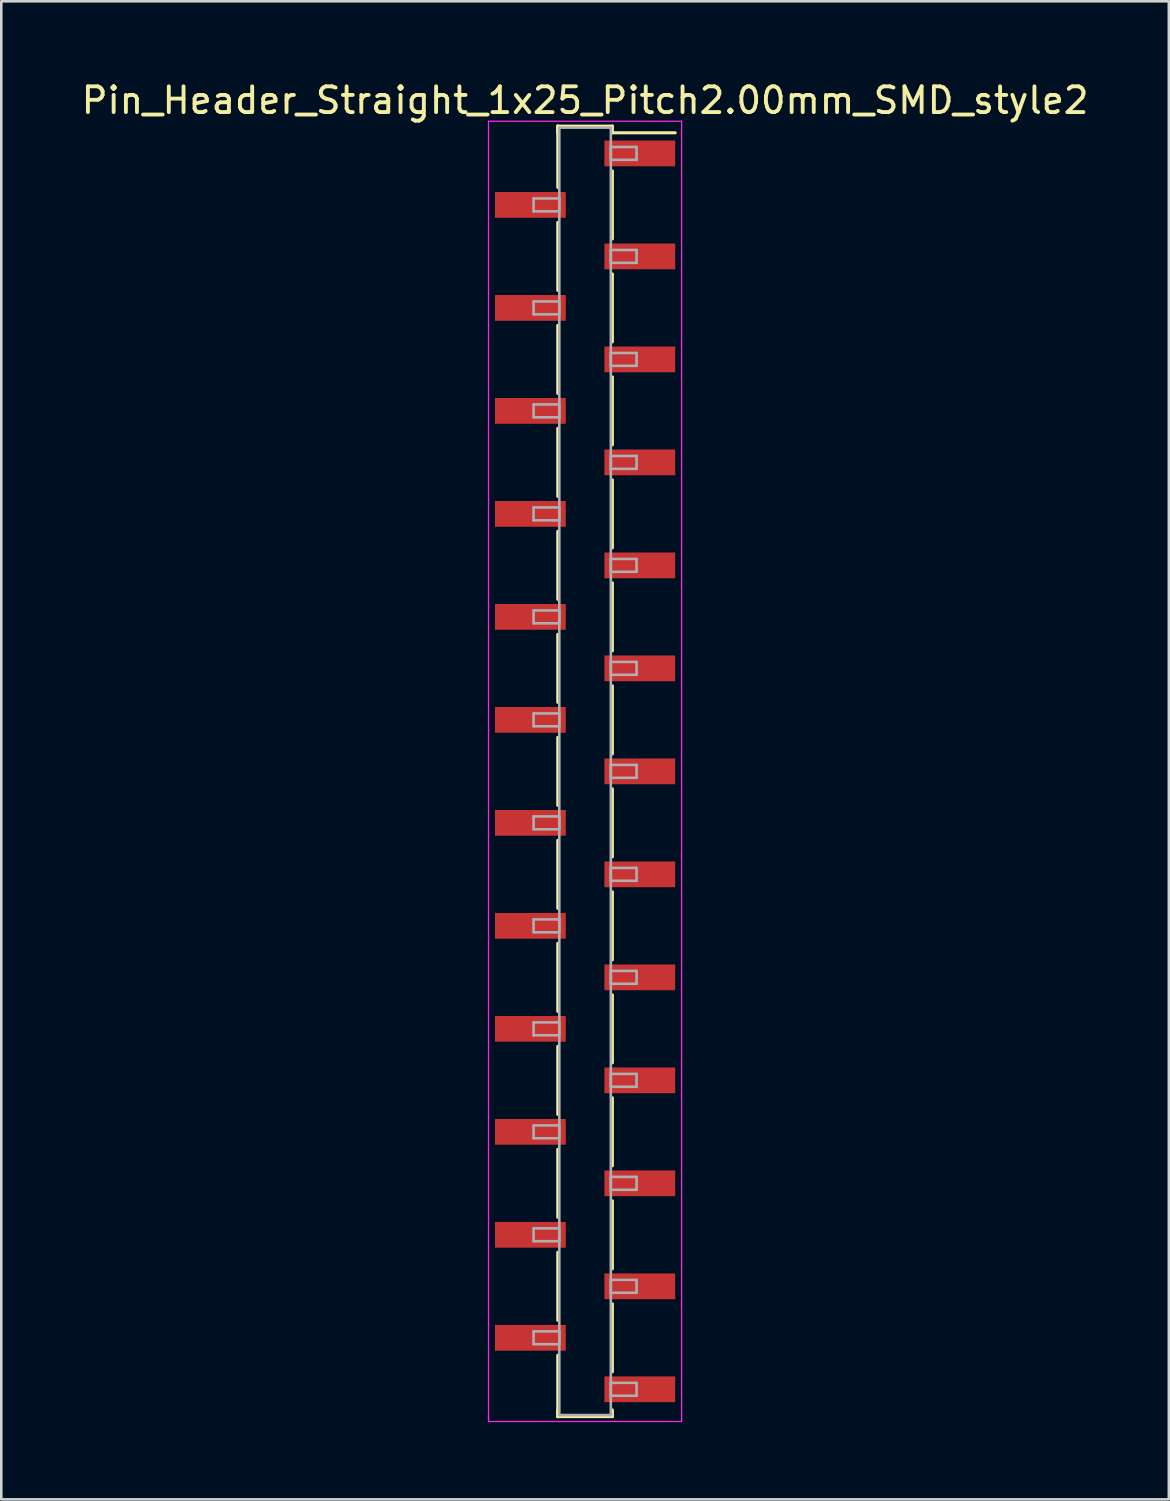
<source format=kicad_pcb>
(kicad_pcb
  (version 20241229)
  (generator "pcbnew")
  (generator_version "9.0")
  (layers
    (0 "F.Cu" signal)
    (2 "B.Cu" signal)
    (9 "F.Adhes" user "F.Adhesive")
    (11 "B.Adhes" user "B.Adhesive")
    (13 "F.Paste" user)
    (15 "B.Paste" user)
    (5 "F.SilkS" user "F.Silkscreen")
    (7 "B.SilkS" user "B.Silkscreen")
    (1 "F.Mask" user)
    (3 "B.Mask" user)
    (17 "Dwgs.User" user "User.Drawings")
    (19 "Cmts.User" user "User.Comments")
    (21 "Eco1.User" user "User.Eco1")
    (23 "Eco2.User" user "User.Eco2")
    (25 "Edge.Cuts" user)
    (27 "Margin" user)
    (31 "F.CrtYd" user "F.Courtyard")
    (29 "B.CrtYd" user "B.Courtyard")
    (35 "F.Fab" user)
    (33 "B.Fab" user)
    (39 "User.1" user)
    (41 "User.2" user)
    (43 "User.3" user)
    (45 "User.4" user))
  (footprint "Pin_Header_Straight_1x25_Pitch2.00mm_SMD_style2"
    (layer "F.Cu")
    (at 19.673 26.908)
    (property "Reference" "Pin_Header_Straight_1x25_Pitch2.00mm_SMD_style2" (at 0 -26.06 0) (layer "F.SilkS") (effects (font (size 1 1) (thickness 0.15))))
    (attr smd)
    (fp_line (start -1.06 -25.06) (end -1.06 -22.68) (stroke (width 0.12) (type solid)) (layer "F.SilkS"))
    (fp_line (start -1.06 -25.06) (end 1.06 -25.06) (stroke (width 0.12) (type solid)) (layer "F.SilkS"))
    (fp_line (start -1.06 -24.8) (end -1.06 -25.06) (stroke (width 0.12) (type solid)) (layer "F.SilkS"))
    (fp_line (start -1.06 -21.32) (end -1.06 -18.68) (stroke (width 0.12) (type solid)) (layer "F.SilkS"))
    (fp_line (start -1.06 -17.32) (end -1.06 -14.68) (stroke (width 0.12) (type solid)) (layer "F.SilkS"))
    (fp_line (start -1.06 -13.32) (end -1.06 -10.68) (stroke (width 0.12) (type solid)) (layer "F.SilkS"))
    (fp_line (start -1.06 -9.32) (end -1.06 -6.68) (stroke (width 0.12) (type solid)) (layer "F.SilkS"))
    (fp_line (start -1.06 -5.32) (end -1.06 -2.68) (stroke (width 0.12) (type solid)) (layer "F.SilkS"))
    (fp_line (start -1.06 -1.32) (end -1.06 1.32) (stroke (width 0.12) (type solid)) (layer "F.SilkS"))
    (fp_line (start -1.06 2.68) (end -1.06 5.32) (stroke (width 0.12) (type solid)) (layer "F.SilkS"))
    (fp_line (start -1.06 6.68) (end -1.06 9.32) (stroke (width 0.12) (type solid)) (layer "F.SilkS"))
    (fp_line (start -1.06 10.68) (end -1.06 13.32) (stroke (width 0.12) (type solid)) (layer "F.SilkS"))
    (fp_line (start -1.06 14.68) (end -1.06 17.32) (stroke (width 0.12) (type solid)) (layer "F.SilkS"))
    (fp_line (start -1.06 18.68) (end -1.06 21.32) (stroke (width 0.12) (type solid)) (layer "F.SilkS"))
    (fp_line (start -1.06 22.68) (end -1.06 25.06) (stroke (width 0.12) (type solid)) (layer "F.SilkS"))
    (fp_line (start -1.06 24.8) (end -1.06 25.06) (stroke (width 0.12) (type solid)) (layer "F.SilkS"))
    (fp_line (start -1.06 25.06) (end 1.06 25.06) (stroke (width 0.12) (type solid)) (layer "F.SilkS"))
    (fp_line (start 1.06 -25.06) (end 1.06 -24.8) (stroke (width 0.12) (type solid)) (layer "F.SilkS"))
    (fp_line (start 1.06 -24.8) (end 3.5 -24.8) (stroke (width 0.12) (type solid)) (layer "F.SilkS"))
    (fp_line (start 1.06 -23.32) (end 1.06 -20.68) (stroke (width 0.12) (type solid)) (layer "F.SilkS"))
    (fp_line (start 1.06 -19.32) (end 1.06 -16.68) (stroke (width 0.12) (type solid)) (layer "F.SilkS"))
    (fp_line (start 1.06 -15.32) (end 1.06 -12.68) (stroke (width 0.12) (type solid)) (layer "F.SilkS"))
    (fp_line (start 1.06 -11.32) (end 1.06 -8.68) (stroke (width 0.12) (type solid)) (layer "F.SilkS"))
    (fp_line (start 1.06 -7.32) (end 1.06 -4.68) (stroke (width 0.12) (type solid)) (layer "F.SilkS"))
    (fp_line (start 1.06 -3.32) (end 1.06 -0.68) (stroke (width 0.12) (type solid)) (layer "F.SilkS"))
    (fp_line (start 1.06 0.68) (end 1.06 3.32) (stroke (width 0.12) (type solid)) (layer "F.SilkS"))
    (fp_line (start 1.06 4.68) (end 1.06 7.32) (stroke (width 0.12) (type solid)) (layer "F.SilkS"))
    (fp_line (start 1.06 8.68) (end 1.06 11.32) (stroke (width 0.12) (type solid)) (layer "F.SilkS"))
    (fp_line (start 1.06 12.68) (end 1.06 15.32) (stroke (width 0.12) (type solid)) (layer "F.SilkS"))
    (fp_line (start 1.06 16.68) (end 1.06 19.32) (stroke (width 0.12) (type solid)) (layer "F.SilkS"))
    (fp_line (start 1.06 20.68) (end 1.06 23.32) (stroke (width 0.12) (type solid)) (layer "F.SilkS"))
    (fp_line (start 1.06 25.06) (end 1.06 24.8) (stroke (width 0.12) (type solid)) (layer "F.SilkS"))
    (fp_line (start -3.75 -25.25) (end -3.75 25.25) (stroke (width 0.05) (type solid)) (layer "F.CrtYd"))
    (fp_line (start -3.75 25.25) (end 3.75 25.25) (stroke (width 0.05) (type solid)) (layer "F.CrtYd"))
    (fp_line (start 3.75 -25.25) (end -3.75 -25.25) (stroke (width 0.05) (type solid)) (layer "F.CrtYd"))
    (fp_line (start 3.75 25.25) (end 3.75 -25.25) (stroke (width 0.05) (type solid)) (layer "F.CrtYd"))
    (fp_line (start -2 -22.25) (end -1 -22.25) (stroke (width 0.1) (type solid)) (layer "F.Fab"))
    (fp_line (start -2 -21.75) (end -2 -22.25) (stroke (width 0.1) (type solid)) (layer "F.Fab"))
    (fp_line (start -2 -18.25) (end -1 -18.25) (stroke (width 0.1) (type solid)) (layer "F.Fab"))
    (fp_line (start -2 -17.75) (end -2 -18.25) (stroke (width 0.1) (type solid)) (layer "F.Fab"))
    (fp_line (start -2 -14.25) (end -1 -14.25) (stroke (width 0.1) (type solid)) (layer "F.Fab"))
    (fp_line (start -2 -13.75) (end -2 -14.25) (stroke (width 0.1) (type solid)) (layer "F.Fab"))
    (fp_line (start -2 -10.25) (end -1 -10.25) (stroke (width 0.1) (type solid)) (layer "F.Fab"))
    (fp_line (start -2 -9.75) (end -2 -10.25) (stroke (width 0.1) (type solid)) (layer "F.Fab"))
    (fp_line (start -2 -6.25) (end -1 -6.25) (stroke (width 0.1) (type solid)) (layer "F.Fab"))
    (fp_line (start -2 -5.75) (end -2 -6.25) (stroke (width 0.1) (type solid)) (layer "F.Fab"))
    (fp_line (start -2 -2.25) (end -1 -2.25) (stroke (width 0.1) (type solid)) (layer "F.Fab"))
    (fp_line (start -2 -1.75) (end -2 -2.25) (stroke (width 0.1) (type solid)) (layer "F.Fab"))
    (fp_line (start -2 1.75) (end -1 1.75) (stroke (width 0.1) (type solid)) (layer "F.Fab"))
    (fp_line (start -2 2.25) (end -2 1.75) (stroke (width 0.1) (type solid)) (layer "F.Fab"))
    (fp_line (start -2 5.75) (end -1 5.75) (stroke (width 0.1) (type solid)) (layer "F.Fab"))
    (fp_line (start -2 6.25) (end -2 5.75) (stroke (width 0.1) (type solid)) (layer "F.Fab"))
    (fp_line (start -2 9.75) (end -1 9.75) (stroke (width 0.1) (type solid)) (layer "F.Fab"))
    (fp_line (start -2 10.25) (end -2 9.75) (stroke (width 0.1) (type solid)) (layer "F.Fab"))
    (fp_line (start -2 13.75) (end -1 13.75) (stroke (width 0.1) (type solid)) (layer "F.Fab"))
    (fp_line (start -2 14.25) (end -2 13.75) (stroke (width 0.1) (type solid)) (layer "F.Fab"))
    (fp_line (start -2 17.75) (end -1 17.75) (stroke (width 0.1) (type solid)) (layer "F.Fab"))
    (fp_line (start -2 18.25) (end -2 17.75) (stroke (width 0.1) (type solid)) (layer "F.Fab"))
    (fp_line (start -2 21.75) (end -1 21.75) (stroke (width 0.1) (type solid)) (layer "F.Fab"))
    (fp_line (start -2 22.25) (end -2 21.75) (stroke (width 0.1) (type solid)) (layer "F.Fab"))
    (fp_line (start -1 -25) (end -1 25) (stroke (width 0.1) (type solid)) (layer "F.Fab"))
    (fp_line (start -1 -22.25) (end -1 -21.75) (stroke (width 0.1) (type solid)) (layer "F.Fab"))
    (fp_line (start -1 -21.75) (end -2 -21.75) (stroke (width 0.1) (type solid)) (layer "F.Fab"))
    (fp_line (start -1 -18.25) (end -1 -17.75) (stroke (width 0.1) (type solid)) (layer "F.Fab"))
    (fp_line (start -1 -17.75) (end -2 -17.75) (stroke (width 0.1) (type solid)) (layer "F.Fab"))
    (fp_line (start -1 -14.25) (end -1 -13.75) (stroke (width 0.1) (type solid)) (layer "F.Fab"))
    (fp_line (start -1 -13.75) (end -2 -13.75) (stroke (width 0.1) (type solid)) (layer "F.Fab"))
    (fp_line (start -1 -10.25) (end -1 -9.75) (stroke (width 0.1) (type solid)) (layer "F.Fab"))
    (fp_line (start -1 -9.75) (end -2 -9.75) (stroke (width 0.1) (type solid)) (layer "F.Fab"))
    (fp_line (start -1 -6.25) (end -1 -5.75) (stroke (width 0.1) (type solid)) (layer "F.Fab"))
    (fp_line (start -1 -5.75) (end -2 -5.75) (stroke (width 0.1) (type solid)) (layer "F.Fab"))
    (fp_line (start -1 -2.25) (end -1 -1.75) (stroke (width 0.1) (type solid)) (layer "F.Fab"))
    (fp_line (start -1 -1.75) (end -2 -1.75) (stroke (width 0.1) (type solid)) (layer "F.Fab"))
    (fp_line (start -1 1.75) (end -1 2.25) (stroke (width 0.1) (type solid)) (layer "F.Fab"))
    (fp_line (start -1 2.25) (end -2 2.25) (stroke (width 0.1) (type solid)) (layer "F.Fab"))
    (fp_line (start -1 5.75) (end -1 6.25) (stroke (width 0.1) (type solid)) (layer "F.Fab"))
    (fp_line (start -1 6.25) (end -2 6.25) (stroke (width 0.1) (type solid)) (layer "F.Fab"))
    (fp_line (start -1 9.75) (end -1 10.25) (stroke (width 0.1) (type solid)) (layer "F.Fab"))
    (fp_line (start -1 10.25) (end -2 10.25) (stroke (width 0.1) (type solid)) (layer "F.Fab"))
    (fp_line (start -1 13.75) (end -1 14.25) (stroke (width 0.1) (type solid)) (layer "F.Fab"))
    (fp_line (start -1 14.25) (end -2 14.25) (stroke (width 0.1) (type solid)) (layer "F.Fab"))
    (fp_line (start -1 17.75) (end -1 18.25) (stroke (width 0.1) (type solid)) (layer "F.Fab"))
    (fp_line (start -1 18.25) (end -2 18.25) (stroke (width 0.1) (type solid)) (layer "F.Fab"))
    (fp_line (start -1 21.75) (end -1 22.25) (stroke (width 0.1) (type solid)) (layer "F.Fab"))
    (fp_line (start -1 22.25) (end -2 22.25) (stroke (width 0.1) (type solid)) (layer "F.Fab"))
    (fp_line (start -1 25) (end 1 25) (stroke (width 0.1) (type solid)) (layer "F.Fab"))
    (fp_line (start 1 -25) (end -1 -25) (stroke (width 0.1) (type solid)) (layer "F.Fab"))
    (fp_line (start 1 -24.25) (end 1 -23.75) (stroke (width 0.1) (type solid)) (layer "F.Fab"))
    (fp_line (start 1 -23.75) (end 2 -23.75) (stroke (width 0.1) (type solid)) (layer "F.Fab"))
    (fp_line (start 1 -20.25) (end 1 -19.75) (stroke (width 0.1) (type solid)) (layer "F.Fab"))
    (fp_line (start 1 -19.75) (end 2 -19.75) (stroke (width 0.1) (type solid)) (layer "F.Fab"))
    (fp_line (start 1 -16.25) (end 1 -15.75) (stroke (width 0.1) (type solid)) (layer "F.Fab"))
    (fp_line (start 1 -15.75) (end 2 -15.75) (stroke (width 0.1) (type solid)) (layer "F.Fab"))
    (fp_line (start 1 -12.25) (end 1 -11.75) (stroke (width 0.1) (type solid)) (layer "F.Fab"))
    (fp_line (start 1 -11.75) (end 2 -11.75) (stroke (width 0.1) (type solid)) (layer "F.Fab"))
    (fp_line (start 1 -8.25) (end 1 -7.75) (stroke (width 0.1) (type solid)) (layer "F.Fab"))
    (fp_line (start 1 -7.75) (end 2 -7.75) (stroke (width 0.1) (type solid)) (layer "F.Fab"))
    (fp_line (start 1 -4.25) (end 1 -3.75) (stroke (width 0.1) (type solid)) (layer "F.Fab"))
    (fp_line (start 1 -3.75) (end 2 -3.75) (stroke (width 0.1) (type solid)) (layer "F.Fab"))
    (fp_line (start 1 -0.25) (end 1 0.25) (stroke (width 0.1) (type solid)) (layer "F.Fab"))
    (fp_line (start 1 0.25) (end 2 0.25) (stroke (width 0.1) (type solid)) (layer "F.Fab"))
    (fp_line (start 1 3.75) (end 1 4.25) (stroke (width 0.1) (type solid)) (layer "F.Fab"))
    (fp_line (start 1 4.25) (end 2 4.25) (stroke (width 0.1) (type solid)) (layer "F.Fab"))
    (fp_line (start 1 7.75) (end 1 8.25) (stroke (width 0.1) (type solid)) (layer "F.Fab"))
    (fp_line (start 1 8.25) (end 2 8.25) (stroke (width 0.1) (type solid)) (layer "F.Fab"))
    (fp_line (start 1 11.75) (end 1 12.25) (stroke (width 0.1) (type solid)) (layer "F.Fab"))
    (fp_line (start 1 12.25) (end 2 12.25) (stroke (width 0.1) (type solid)) (layer "F.Fab"))
    (fp_line (start 1 15.75) (end 1 16.25) (stroke (width 0.1) (type solid)) (layer "F.Fab"))
    (fp_line (start 1 16.25) (end 2 16.25) (stroke (width 0.1) (type solid)) (layer "F.Fab"))
    (fp_line (start 1 19.75) (end 1 20.25) (stroke (width 0.1) (type solid)) (layer "F.Fab"))
    (fp_line (start 1 20.25) (end 2 20.25) (stroke (width 0.1) (type solid)) (layer "F.Fab"))
    (fp_line (start 1 23.75) (end 1 24.25) (stroke (width 0.1) (type solid)) (layer "F.Fab"))
    (fp_line (start 1 24.25) (end 2 24.25) (stroke (width 0.1) (type solid)) (layer "F.Fab"))
    (fp_line (start 1 25) (end 1 -25) (stroke (width 0.1) (type solid)) (layer "F.Fab"))
    (fp_line (start 2 -24.25) (end 1 -24.25) (stroke (width 0.1) (type solid)) (layer "F.Fab"))
    (fp_line (start 2 -23.75) (end 2 -24.25) (stroke (width 0.1) (type solid)) (layer "F.Fab"))
    (fp_line (start 2 -20.25) (end 1 -20.25) (stroke (width 0.1) (type solid)) (layer "F.Fab"))
    (fp_line (start 2 -19.75) (end 2 -20.25) (stroke (width 0.1) (type solid)) (layer "F.Fab"))
    (fp_line (start 2 -16.25) (end 1 -16.25) (stroke (width 0.1) (type solid)) (layer "F.Fab"))
    (fp_line (start 2 -15.75) (end 2 -16.25) (stroke (width 0.1) (type solid)) (layer "F.Fab"))
    (fp_line (start 2 -12.25) (end 1 -12.25) (stroke (width 0.1) (type solid)) (layer "F.Fab"))
    (fp_line (start 2 -11.75) (end 2 -12.25) (stroke (width 0.1) (type solid)) (layer "F.Fab"))
    (fp_line (start 2 -8.25) (end 1 -8.25) (stroke (width 0.1) (type solid)) (layer "F.Fab"))
    (fp_line (start 2 -7.75) (end 2 -8.25) (stroke (width 0.1) (type solid)) (layer "F.Fab"))
    (fp_line (start 2 -4.25) (end 1 -4.25) (stroke (width 0.1) (type solid)) (layer "F.Fab"))
    (fp_line (start 2 -3.75) (end 2 -4.25) (stroke (width 0.1) (type solid)) (layer "F.Fab"))
    (fp_line (start 2 -0.25) (end 1 -0.25) (stroke (width 0.1) (type solid)) (layer "F.Fab"))
    (fp_line (start 2 0.25) (end 2 -0.25) (stroke (width 0.1) (type solid)) (layer "F.Fab"))
    (fp_line (start 2 3.75) (end 1 3.75) (stroke (width 0.1) (type solid)) (layer "F.Fab"))
    (fp_line (start 2 4.25) (end 2 3.75) (stroke (width 0.1) (type solid)) (layer "F.Fab"))
    (fp_line (start 2 7.75) (end 1 7.75) (stroke (width 0.1) (type solid)) (layer "F.Fab"))
    (fp_line (start 2 8.25) (end 2 7.75) (stroke (width 0.1) (type solid)) (layer "F.Fab"))
    (fp_line (start 2 11.75) (end 1 11.75) (stroke (width 0.1) (type solid)) (layer "F.Fab"))
    (fp_line (start 2 12.25) (end 2 11.75) (stroke (width 0.1) (type solid)) (layer "F.Fab"))
    (fp_line (start 2 15.75) (end 1 15.75) (stroke (width 0.1) (type solid)) (layer "F.Fab"))
    (fp_line (start 2 16.25) (end 2 15.75) (stroke (width 0.1) (type solid)) (layer "F.Fab"))
    (fp_line (start 2 19.75) (end 1 19.75) (stroke (width 0.1) (type solid)) (layer "F.Fab"))
    (fp_line (start 2 20.25) (end 2 19.75) (stroke (width 0.1) (type solid)) (layer "F.Fab"))
    (fp_line (start 2 23.75) (end 1 23.75) (stroke (width 0.1) (type solid)) (layer "F.Fab"))
    (fp_line (start 2 24.25) (end 2 23.75) (stroke (width 0.1) (type solid)) (layer "F.Fab"))
    (pad "1" smd rect (at 2.125 -24) (size 2.75 1) (layers "F.Cu" "F.Mask"))
    (pad "2" smd rect (at -2.125 -22) (size 2.75 1) (layers "F.Cu" "F.Mask"))
    (pad "3" smd rect (at 2.125 -20) (size 2.75 1) (layers "F.Cu" "F.Mask"))
    (pad "4" smd rect (at -2.125 -18) (size 2.75 1) (layers "F.Cu" "F.Mask"))
    (pad "5" smd rect (at 2.125 -16) (size 2.75 1) (layers "F.Cu" "F.Mask"))
    (pad "6" smd rect (at -2.125 -14) (size 2.75 1) (layers "F.Cu" "F.Mask"))
    (pad "7" smd rect (at 2.125 -12) (size 2.75 1) (layers "F.Cu" "F.Mask"))
    (pad "8" smd rect (at -2.125 -10) (size 2.75 1) (layers "F.Cu" "F.Mask"))
    (pad "9" smd rect (at 2.125 -8) (size 2.75 1) (layers "F.Cu" "F.Mask"))
    (pad "10" smd rect (at -2.125 -6) (size 2.75 1) (layers "F.Cu" "F.Mask"))
    (pad "11" smd rect (at 2.125 -4) (size 2.75 1) (layers "F.Cu" "F.Mask"))
    (pad "12" smd rect (at -2.125 -2) (size 2.75 1) (layers "F.Cu" "F.Mask"))
    (pad "13" smd rect (at 2.125 0) (size 2.75 1) (layers "F.Cu" "F.Mask"))
    (pad "14" smd rect (at -2.125 2) (size 2.75 1) (layers "F.Cu" "F.Mask"))
    (pad "15" smd rect (at 2.125 4) (size 2.75 1) (layers "F.Cu" "F.Mask"))
    (pad "16" smd rect (at -2.125 6) (size 2.75 1) (layers "F.Cu" "F.Mask"))
    (pad "17" smd rect (at 2.125 8) (size 2.75 1) (layers "F.Cu" "F.Mask"))
    (pad "18" smd rect (at -2.125 10) (size 2.75 1) (layers "F.Cu" "F.Mask"))
    (pad "19" smd rect (at 2.125 12) (size 2.75 1) (layers "F.Cu" "F.Mask"))
    (pad "20" smd rect (at -2.125 14) (size 2.75 1) (layers "F.Cu" "F.Mask"))
    (pad "21" smd rect (at 2.125 16) (size 2.75 1) (layers "F.Cu" "F.Mask"))
    (pad "22" smd rect (at -2.125 18) (size 2.75 1) (layers "F.Cu" "F.Mask"))
    (pad "23" smd rect (at 2.125 20) (size 2.75 1) (layers "F.Cu" "F.Mask"))
    (pad "24" smd rect (at -2.125 22) (size 2.75 1) (layers "F.Cu" "F.Mask"))
    (pad "25" smd rect (at 2.125 24) (size 2.75 1) (layers "F.Cu" "F.Mask")))
  (gr_rect
    (start -3 -3)
    (end 42.345 55.183)
    (stroke (width 0.1) (type default))
    (fill no)
    (layer "Edge.Cuts")))
</source>
